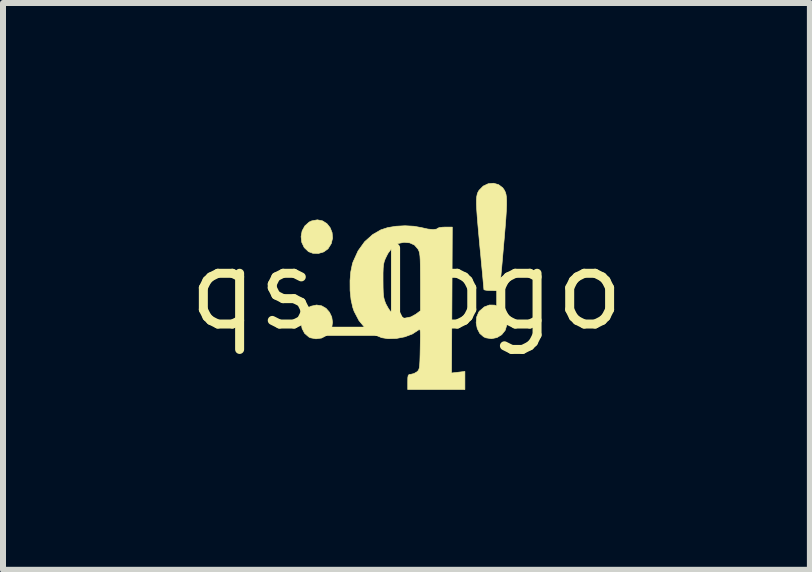
<source format=kicad_pcb>
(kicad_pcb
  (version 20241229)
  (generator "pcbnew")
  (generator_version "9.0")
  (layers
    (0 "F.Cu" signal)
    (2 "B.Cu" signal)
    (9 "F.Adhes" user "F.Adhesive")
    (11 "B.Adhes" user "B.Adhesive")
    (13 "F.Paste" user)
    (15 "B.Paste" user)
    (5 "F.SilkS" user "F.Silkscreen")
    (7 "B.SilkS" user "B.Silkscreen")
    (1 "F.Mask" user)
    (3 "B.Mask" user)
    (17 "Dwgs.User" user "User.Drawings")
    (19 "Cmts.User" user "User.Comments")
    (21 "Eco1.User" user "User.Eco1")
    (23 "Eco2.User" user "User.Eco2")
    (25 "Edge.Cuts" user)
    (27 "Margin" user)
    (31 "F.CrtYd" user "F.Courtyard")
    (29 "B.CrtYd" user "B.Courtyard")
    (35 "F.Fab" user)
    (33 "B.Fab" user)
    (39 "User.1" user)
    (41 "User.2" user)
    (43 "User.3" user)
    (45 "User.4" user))
  (footprint "qs_logo"
    (layer "F.Cu")
    (at 3.727 1.773)
    (property "Reference" "qs_logo" (at 0 0 0) (layer "F.SilkS") (effects (font (size 1.27 1.27) (thickness 0.15))))
    (attr through_hole)
    (fp_poly (pts (xy -1.414 0.276) (xy -1.341 0.318) (xy -1.284 0.383) (xy -1.246 0.462) (xy -1.233 0.55) (xy -1.246 0.639) (xy -1.289 0.722) (xy -1.336 0.771) (xy -1.415 0.813) (xy -1.509 0.826) (xy -1.6 0.809) (xy -1.626 0.797) (xy -1.698 0.735) (xy -1.741 0.653) (xy -1.756 0.559) (xy -1.745 0.464) (xy -1.706 0.378) (xy -1.642 0.309) (xy -1.594 0.283) (xy -1.499 0.262) (xy -1.414 0.276)) (stroke (width 0.01) (type solid)) (fill yes) (layer "F.SilkS"))
    (fp_poly (pts (xy -1.4 -1.141) (xy -1.327 -1.095) (xy -1.273 -1.027) (xy -1.24 -0.945) (xy -1.232 -0.854) (xy -1.254 -0.762) (xy -1.308 -0.675) (xy -1.309 -0.674) (xy -1.38 -0.623) (xy -1.469 -0.597) (xy -1.561 -0.6) (xy -1.633 -0.627) (xy -1.705 -0.696) (xy -1.746 -0.783) (xy -1.757 -0.878) (xy -1.74 -0.973) (xy -1.694 -1.057) (xy -1.622 -1.121) (xy -1.581 -1.14) (xy -1.486 -1.158) (xy -1.4 -1.141)) (stroke (width 0.01) (type solid)) (fill yes) (layer "F.SilkS"))
    (fp_poly (pts (xy 1.469 0.264) (xy 1.547 0.296) (xy 1.612 0.356) (xy 1.657 0.44) (xy 1.676 0.545) (xy 1.674 0.592) (xy 1.646 0.684) (xy 1.588 0.757) (xy 1.509 0.805) (xy 1.417 0.824) (xy 1.322 0.809) (xy 1.286 0.792) (xy 1.222 0.736) (xy 1.18 0.654) (xy 1.162 0.559) (xy 1.17 0.463) (xy 1.205 0.38) (xy 1.218 0.363) (xy 1.298 0.294) (xy 1.384 0.262) (xy 1.469 0.264)) (stroke (width 0.01) (type solid)) (fill yes) (layer "F.SilkS"))
    (fp_poly (pts (xy 1.535 -1.745) (xy 1.605 -1.692) (xy 1.633 -1.651) (xy 1.648 -1.62) (xy 1.659 -1.584) (xy 1.666 -1.539) (xy 1.669 -1.481) (xy 1.669 -1.405) (xy 1.665 -1.307) (xy 1.657 -1.182) (xy 1.645 -1.026) (xy 1.629 -0.835) (xy 1.619 -0.723) (xy 1.602 -0.525) (xy 1.588 -0.366) (xy 1.576 -0.24) (xy 1.566 -0.145) (xy 1.556 -0.076) (xy 1.544 -0.028) (xy 1.53 0.001) (xy 1.514 0.017) (xy 1.492 0.023) (xy 1.466 0.023) (xy 1.433 0.021) (xy 1.417 0.021) (xy 1.35 0.019) (xy 1.305 0.012) (xy 1.291 0.005) (xy 1.289 -0.019) (xy 1.283 -0.08) (xy 1.275 -0.173) (xy 1.264 -0.293) (xy 1.25 -0.434) (xy 1.236 -0.591) (xy 1.227 -0.677) (xy 1.207 -0.894) (xy 1.191 -1.072) (xy 1.179 -1.217) (xy 1.171 -1.332) (xy 1.167 -1.422) (xy 1.167 -1.491) (xy 1.171 -1.543) (xy 1.179 -1.583) (xy 1.19 -1.615) (xy 1.205 -1.642) (xy 1.212 -1.652) (xy 1.28 -1.721) (xy 1.363 -1.76) (xy 1.451 -1.768) (xy 1.535 -1.745)) (stroke (width 0.01) (type solid)) (fill yes) (layer "F.SilkS"))
    (fp_poly (pts (xy 0.124 -1.051) (xy 0.246 -1.029) (xy 0.358 -1.004) (xy 0.445 -0.996) (xy 0.501 -1.003) (xy 0.519 -1.016) (xy 0.545 -1.028) (xy 0.601 -1.035) (xy 0.648 -1.037) (xy 0.764 -1.037) (xy 0.758 0.179) (xy 0.751 1.396) (xy 0.974 1.37) (xy 0.974 1.672) (xy 0.021 1.672) (xy 0.021 1.545) (xy 0.022 1.475) (xy 0.029 1.437) (xy 0.044 1.421) (xy 0.072 1.418) (xy 0.125 1.405) (xy 0.172 1.378) (xy 0.191 1.361) (xy 0.204 1.341) (xy 0.214 1.31) (xy 0.22 1.263) (xy 0.224 1.192) (xy 0.227 1.09) (xy 0.229 0.992) (xy 0.231 0.864) (xy 0.232 0.774) (xy 0.231 0.715) (xy 0.227 0.682) (xy 0.219 0.669) (xy 0.208 0.672) (xy 0.197 0.681) (xy 0.097 0.746) (xy -0.029 0.793) (xy -0.169 0.82) (xy -0.307 0.824) (xy -0.413 0.807) (xy -0.558 0.747) (xy -0.686 0.65) (xy -0.792 0.522) (xy -0.873 0.367) (xy -0.894 0.307) (xy -0.924 0.175) (xy -0.94 0.022) (xy -0.941 -0.137) (xy -0.94 -0.158) (xy -0.391 -0.158) (xy -0.391 -0.148) (xy -0.39 -0.028) (xy -0.387 0.059) (xy -0.381 0.124) (xy -0.369 0.176) (xy -0.352 0.224) (xy -0.341 0.249) (xy -0.298 0.326) (xy -0.245 0.397) (xy -0.216 0.426) (xy -0.167 0.465) (xy -0.123 0.483) (xy -0.066 0.485) (xy -0.03 0.482) (xy 0.074 0.461) (xy 0.157 0.415) (xy 0.233 0.358) (xy 0.233 -0.123) (xy 0.232 -0.279) (xy 0.231 -0.399) (xy 0.229 -0.488) (xy 0.225 -0.553) (xy 0.219 -0.599) (xy 0.21 -0.633) (xy 0.198 -0.659) (xy 0.19 -0.673) (xy 0.133 -0.738) (xy 0.054 -0.774) (xy -0.041 -0.783) (xy -0.141 -0.763) (xy -0.229 -0.704) (xy -0.305 -0.604) (xy -0.328 -0.561) (xy -0.354 -0.508) (xy -0.371 -0.462) (xy -0.382 -0.414) (xy -0.388 -0.354) (xy -0.391 -0.272) (xy -0.391 -0.158) (xy -0.94 -0.158) (xy -0.929 -0.29) (xy -0.902 -0.421) (xy -0.892 -0.453) (xy -0.807 -0.64) (xy -0.698 -0.792) (xy -0.564 -0.912) (xy -0.427 -0.991) (xy -0.314 -1.028) (xy -0.175 -1.051) (xy -0.024 -1.059) (xy 0.124 -1.051)) (stroke (width 0.01) (type solid)) (fill yes) (layer "F.SilkS")))
  (gr_rect
    (start -3 -3)
    (end 10.453 6.45)
    (stroke (width 0.1) (type default))
    (fill no)
    (layer "Edge.Cuts")))
</source>
